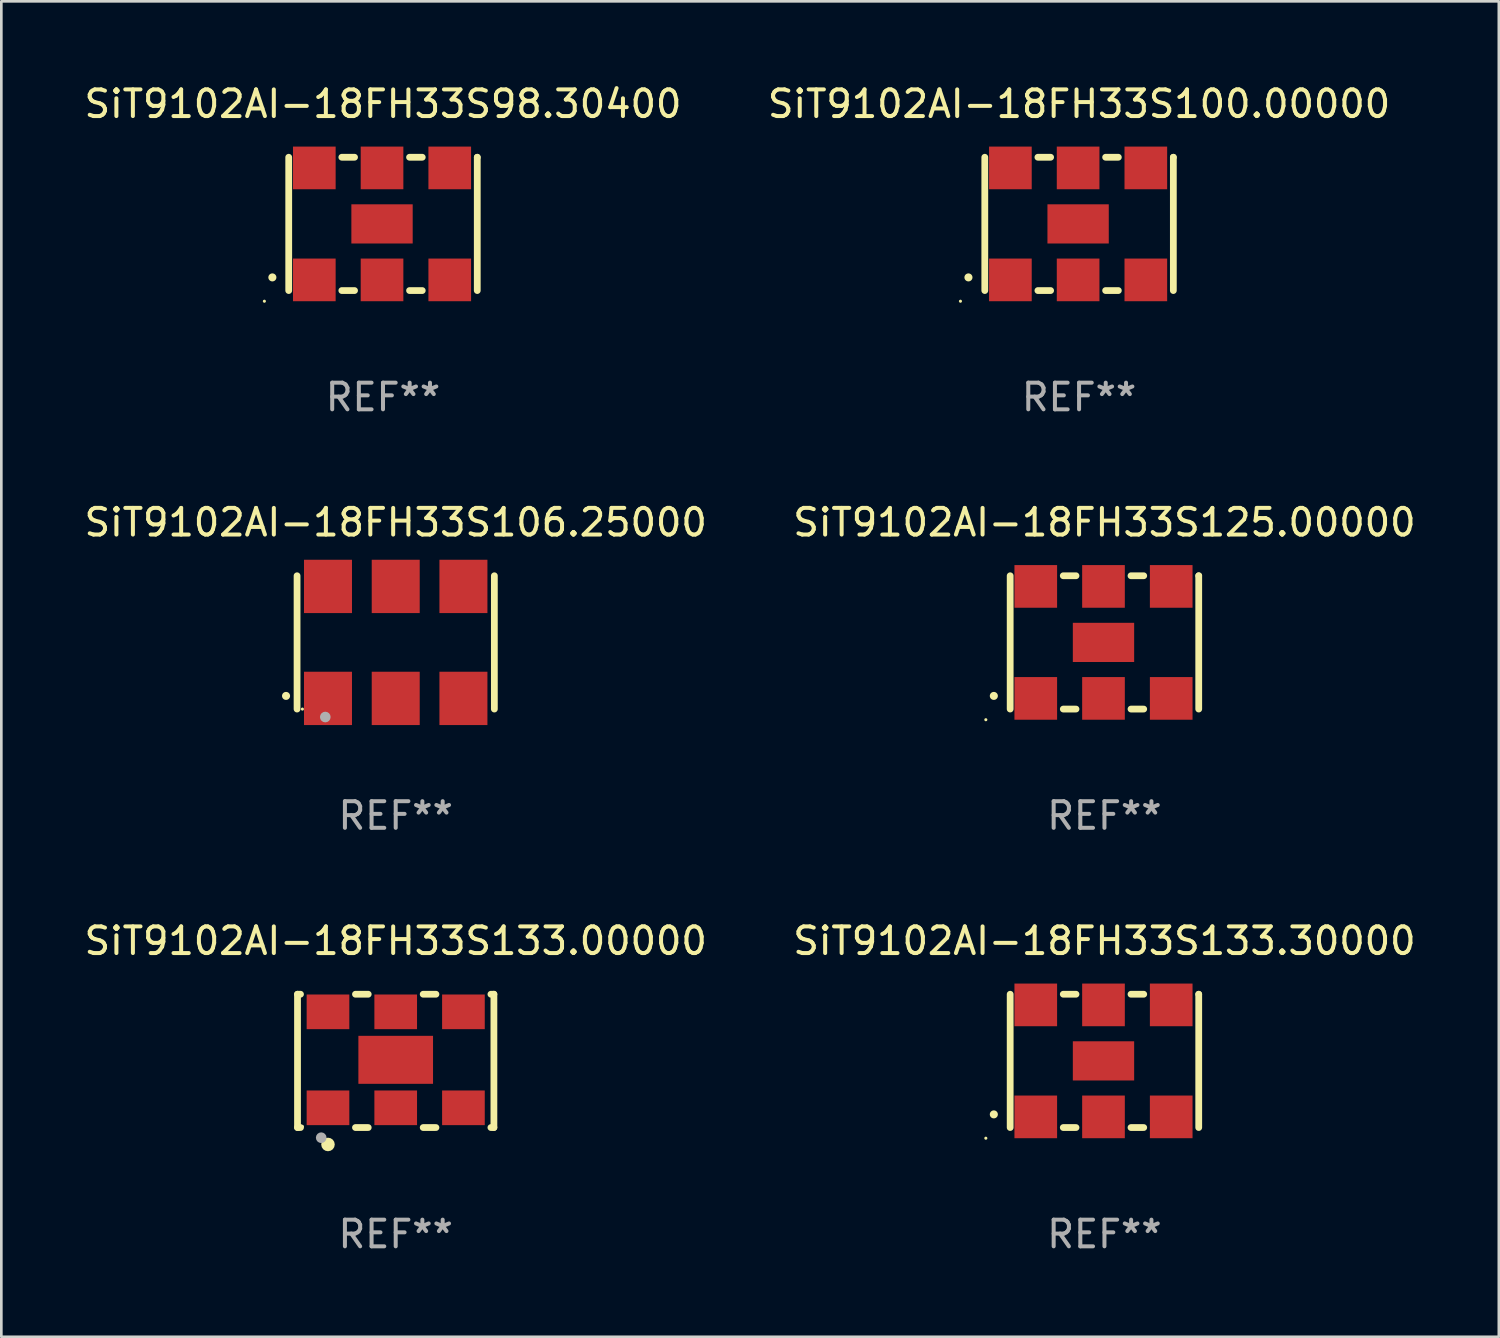
<source format=kicad_pcb>
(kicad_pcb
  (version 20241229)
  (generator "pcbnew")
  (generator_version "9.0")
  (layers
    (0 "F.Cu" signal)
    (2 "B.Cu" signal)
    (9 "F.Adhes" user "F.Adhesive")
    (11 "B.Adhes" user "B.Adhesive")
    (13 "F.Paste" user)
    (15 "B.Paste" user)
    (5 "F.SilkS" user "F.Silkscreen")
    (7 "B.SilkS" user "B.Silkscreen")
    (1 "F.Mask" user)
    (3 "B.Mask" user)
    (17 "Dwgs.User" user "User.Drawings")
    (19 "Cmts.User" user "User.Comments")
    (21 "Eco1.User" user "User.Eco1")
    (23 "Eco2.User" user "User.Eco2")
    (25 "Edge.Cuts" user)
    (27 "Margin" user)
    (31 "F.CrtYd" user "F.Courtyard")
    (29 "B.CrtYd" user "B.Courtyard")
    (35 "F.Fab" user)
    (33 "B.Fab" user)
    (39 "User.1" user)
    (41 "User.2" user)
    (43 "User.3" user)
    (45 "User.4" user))
  (footprint "SiT9102AI-18FH33S133.00000"
    (layer "F.Cu")
    (at 11.792 36.741)
    (property "Reference" "SiT9102AI-18FH33S133.00000" (at 0 -4.5 0) (layer "F.SilkS") (effects (font (size 1 1) (thickness 0.15))))
    (attr through_hole)
    (fp_line (start -3.683 -2.5) (end -3.571 -2.5) (stroke (width 0.254) (type solid)) (layer "F.SilkS"))
    (fp_line (start -3.683 2.5) (end -3.683 -2.5) (stroke (width 0.254) (type solid)) (layer "F.SilkS"))
    (fp_line (start -3.683 2.5) (end -3.571 2.5) (stroke (width 0.254) (type solid)) (layer "F.SilkS"))
    (fp_line (start -1.509 -2.5) (end -1.031 -2.5) (stroke (width 0.254) (type solid)) (layer "F.SilkS"))
    (fp_line (start -1.509 2.5) (end -1.031 2.5) (stroke (width 0.254) (type solid)) (layer "F.SilkS"))
    (fp_line (start 1.031 -2.5) (end 1.509 -2.5) (stroke (width 0.254) (type solid)) (layer "F.SilkS"))
    (fp_line (start 1.031 2.5) (end 1.509 2.5) (stroke (width 0.254) (type solid)) (layer "F.SilkS"))
    (fp_line (start 3.571 -2.5) (end 3.683 -2.5) (stroke (width 0.254) (type solid)) (layer "F.SilkS"))
    (fp_line (start 3.571 2.5) (end 3.683 2.5) (stroke (width 0.254) (type solid)) (layer "F.SilkS"))
    (fp_line (start 3.683 2.5) (end 3.683 -2.5) (stroke (width 0.254) (type solid)) (layer "F.SilkS"))
    (fp_circle (center -3.5 2.46) (end -3.47 2.46) (stroke (width 0.06) (type solid)) (fill no) (layer "F.SilkS"))
    (fp_circle (center -2.54 3.135) (end -2.413 3.135) (stroke (width 0.254) (type solid)) (fill no) (layer "F.SilkS"))
    (fp_circle (center -2.794 2.881) (end -2.694 2.881) (stroke (width 0.2) (type solid)) (fill no) (layer "F.Fab"))
    (fp_text user "REF**" (at 0 6.5 0) (layer "F.Fab") (effects (font (size 1 1) (thickness 0.15))))
    (pad "1" smd rect (at -2.54 1.76) (size 1.6 1.3) (layers "F.Cu" "F.Mask" "F.Paste"))
    (pad "2" smd rect (at 0 1.76) (size 1.6 1.3) (layers "F.Cu" "F.Mask" "F.Paste"))
    (pad "3" smd rect (at 2.54 1.76) (size 1.6 1.3) (layers "F.Cu" "F.Mask" "F.Paste"))
    (pad "4" smd rect (at 2.54 -1.84) (size 1.6 1.3) (layers "F.Cu" "F.Mask" "F.Paste"))
    (pad "5" smd rect (at 0 -1.84) (size 1.6 1.3) (layers "F.Cu" "F.Mask" "F.Paste"))
    (pad "6" smd rect (at -2.54 -1.84) (size 1.6 1.3) (layers "F.Cu" "F.Mask" "F.Paste"))
    (pad "7" smd rect (at 0 -0.04) (size 2.8 1.8) (layers "F.Cu" "F.Mask" "F.Paste")))
  (footprint "SiT9102AI-18FH33S100.00000"
    (layer "F.Cu")
    (at 37.423 5.348)
    (property "Reference" "SiT9102AI-18FH33S100.00000" (at 0 -4.5 0) (layer "F.SilkS") (effects (font (size 1 1) (thickness 0.15))))
    (attr through_hole)
    (fp_line (start -3.536 -2.5) (end -3.536 2.5) (stroke (width 0.254) (type solid)) (layer "F.SilkS"))
    (fp_line (start -1.544 2.5) (end -1.067 2.5) (stroke (width 0.254) (type solid)) (layer "F.SilkS"))
    (fp_line (start -1.067 -2.5) (end -1.544 -2.5) (stroke (width 0.254) (type solid)) (layer "F.SilkS"))
    (fp_line (start 0.996 2.5) (end 1.473 2.5) (stroke (width 0.254) (type solid)) (layer "F.SilkS"))
    (fp_line (start 1.473 -2.5) (end 0.996 -2.5) (stroke (width 0.254) (type solid)) (layer "F.SilkS"))
    (fp_line (start 3.536 -2.5) (end 3.536 -2.5) (stroke (width 0.254) (type solid)) (layer "F.SilkS"))
    (fp_line (start 3.536 2.5) (end 3.536 -2.5) (stroke (width 0.254) (type solid)) (layer "F.SilkS"))
    (fp_arc (start -4.150432 2.006604) (mid -4.149162 2.006599) (end -4.147892 2.006604) (stroke (width 0.3) (type solid)) (layer "F.SilkS"))
    (fp_circle (center -4.449 2.9) (end -4.419 2.9) (stroke (width 0.06) (type solid)) (fill no) (layer "F.SilkS"))
    (fp_text user "REF**" (at 0 6.5 0) (layer "F.Fab") (effects (font (size 1 1) (thickness 0.15))))
    (pad "1" smd rect (at -2.576 2.1) (size 1.6 1.6) (layers "F.Cu" "F.Mask" "F.Paste"))
    (pad "2" smd rect (at -0.036 2.1) (size 1.6 1.6) (layers "F.Cu" "F.Mask" "F.Paste"))
    (pad "3" smd rect (at 2.504 2.1) (size 1.6 1.6) (layers "F.Cu" "F.Mask" "F.Paste"))
    (pad "4" smd rect (at 2.504 -2.1) (size 1.6 1.6) (layers "F.Cu" "F.Mask" "F.Paste"))
    (pad "5" smd rect (at -0.036 -2.1) (size 1.6 1.6) (layers "F.Cu" "F.Mask" "F.Paste"))
    (pad "6" smd rect (at -2.576 -2.1) (size 1.6 1.6) (layers "F.Cu" "F.Mask" "F.Paste"))
    (pad "7" smd rect (at -0.036 0) (size 2.3 1.47) (layers "F.Cu" "F.Mask" "F.Paste")))
  (footprint "SiT9102AI-18FH33S106.25000"
    (layer "F.Cu")
    (at 11.792 21.045)
    (property "Reference" "SiT9102AI-18FH33S106.25000" (at 0 -4.5 0) (layer "F.SilkS") (effects (font (size 1 1) (thickness 0.15))))
    (attr through_hole)
    (fp_line (start -3.7 -2.5) (end -3.7 2.5) (stroke (width 0.254) (type solid)) (layer "F.SilkS"))
    (fp_line (start 3.7 -2.5) (end 3.7 2.5) (stroke (width 0.254) (type solid)) (layer "F.SilkS"))
    (fp_arc (start -4.114415 2.006604) (mid -4.113145 2.006599) (end -4.111875 2.006604) (stroke (width 0.3) (type solid)) (layer "F.SilkS"))
    (fp_circle (center -3.5 2.501) (end -3.47 2.501) (stroke (width 0.06) (type solid)) (fill no) (layer "F.SilkS"))
    (fp_circle (center -2.641 2.799) (end -2.541 2.799) (stroke (width 0.2) (type solid)) (fill no) (layer "F.Fab"))
    (fp_text user "REF**" (at 0 6.5 0) (layer "F.Fab") (effects (font (size 1 1) (thickness 0.15))))
    (pad "1" smd rect (at -2.54 2.1) (size 1.8 2) (layers "F.Cu" "F.Mask" "F.Paste"))
    (pad "2" smd rect (at 0.000394 2.1) (size 1.8 2) (layers "F.Cu" "F.Mask" "F.Paste"))
    (pad "3" smd rect (at 2.54 2.1) (size 1.8 2) (layers "F.Cu" "F.Mask" "F.Paste"))
    (pad "4" smd rect (at 2.54 -2.1) (size 1.8 2) (layers "F.Cu" "F.Mask" "F.Paste"))
    (pad "5" smd rect (at 0.000394 -2.1) (size 1.8 2) (layers "F.Cu" "F.Mask" "F.Paste"))
    (pad "6" smd rect (at -2.54 -2.1) (size 1.8 2) (layers "F.Cu" "F.Mask" "F.Paste")))
  (footprint "SiT9102AI-18FH33S125.00000"
    (layer "F.Cu")
    (at 38.375 21.045)
    (property "Reference" "SiT9102AI-18FH33S125.00000" (at 0 -4.5 0) (layer "F.SilkS") (effects (font (size 1 1) (thickness 0.15))))
    (attr through_hole)
    (fp_line (start -3.536 -2.5) (end -3.536 2.5) (stroke (width 0.254) (type solid)) (layer "F.SilkS"))
    (fp_line (start -1.544 2.5) (end -1.067 2.5) (stroke (width 0.254) (type solid)) (layer "F.SilkS"))
    (fp_line (start -1.067 -2.5) (end -1.544 -2.5) (stroke (width 0.254) (type solid)) (layer "F.SilkS"))
    (fp_line (start 0.996 2.5) (end 1.473 2.5) (stroke (width 0.254) (type solid)) (layer "F.SilkS"))
    (fp_line (start 1.473 -2.5) (end 0.996 -2.5) (stroke (width 0.254) (type solid)) (layer "F.SilkS"))
    (fp_line (start 3.536 -2.5) (end 3.536 -2.5) (stroke (width 0.254) (type solid)) (layer "F.SilkS"))
    (fp_line (start 3.536 2.5) (end 3.536 -2.5) (stroke (width 0.254) (type solid)) (layer "F.SilkS"))
    (fp_arc (start -4.150432 2.006604) (mid -4.149162 2.006599) (end -4.147892 2.006604) (stroke (width 0.3) (type solid)) (layer "F.SilkS"))
    (fp_circle (center -4.449 2.9) (end -4.419 2.9) (stroke (width 0.06) (type solid)) (fill no) (layer "F.SilkS"))
    (fp_text user "REF**" (at 0 6.5 0) (layer "F.Fab") (effects (font (size 1 1) (thickness 0.15))))
    (pad "1" smd rect (at -2.576 2.1) (size 1.6 1.6) (layers "F.Cu" "F.Mask" "F.Paste"))
    (pad "2" smd rect (at -0.036 2.1) (size 1.6 1.6) (layers "F.Cu" "F.Mask" "F.Paste"))
    (pad "3" smd rect (at 2.504 2.1) (size 1.6 1.6) (layers "F.Cu" "F.Mask" "F.Paste"))
    (pad "4" smd rect (at 2.504 -2.1) (size 1.6 1.6) (layers "F.Cu" "F.Mask" "F.Paste"))
    (pad "5" smd rect (at -0.036 -2.1) (size 1.6 1.6) (layers "F.Cu" "F.Mask" "F.Paste"))
    (pad "6" smd rect (at -2.576 -2.1) (size 1.6 1.6) (layers "F.Cu" "F.Mask" "F.Paste"))
    (pad "7" smd rect (at -0.036 0) (size 2.3 1.47) (layers "F.Cu" "F.Mask" "F.Paste")))
  (footprint "SiT9102AI-18FH33S98.30400"
    (layer "F.Cu")
    (at 11.315 5.348)
    (property "Reference" "SiT9102AI-18FH33S98.30400" (at 0 -4.5 0) (layer "F.SilkS") (effects (font (size 1 1) (thickness 0.15))))
    (attr through_hole)
    (fp_line (start -3.536 -2.5) (end -3.536 2.5) (stroke (width 0.254) (type solid)) (layer "F.SilkS"))
    (fp_line (start -1.544 2.5) (end -1.067 2.5) (stroke (width 0.254) (type solid)) (layer "F.SilkS"))
    (fp_line (start -1.067 -2.5) (end -1.544 -2.5) (stroke (width 0.254) (type solid)) (layer "F.SilkS"))
    (fp_line (start 0.996 2.5) (end 1.473 2.5) (stroke (width 0.254) (type solid)) (layer "F.SilkS"))
    (fp_line (start 1.473 -2.5) (end 0.996 -2.5) (stroke (width 0.254) (type solid)) (layer "F.SilkS"))
    (fp_line (start 3.536 -2.5) (end 3.536 -2.5) (stroke (width 0.254) (type solid)) (layer "F.SilkS"))
    (fp_line (start 3.536 2.5) (end 3.536 -2.5) (stroke (width 0.254) (type solid)) (layer "F.SilkS"))
    (fp_arc (start -4.150432 2.006604) (mid -4.149162 2.006599) (end -4.147892 2.006604) (stroke (width 0.3) (type solid)) (layer "F.SilkS"))
    (fp_circle (center -4.449 2.9) (end -4.419 2.9) (stroke (width 0.06) (type solid)) (fill no) (layer "F.SilkS"))
    (fp_text user "REF**" (at 0 6.5 0) (layer "F.Fab") (effects (font (size 1 1) (thickness 0.15))))
    (pad "1" smd rect (at -2.576 2.1) (size 1.6 1.6) (layers "F.Cu" "F.Mask" "F.Paste"))
    (pad "2" smd rect (at -0.036 2.1) (size 1.6 1.6) (layers "F.Cu" "F.Mask" "F.Paste"))
    (pad "3" smd rect (at 2.504 2.1) (size 1.6 1.6) (layers "F.Cu" "F.Mask" "F.Paste"))
    (pad "4" smd rect (at 2.504 -2.1) (size 1.6 1.6) (layers "F.Cu" "F.Mask" "F.Paste"))
    (pad "5" smd rect (at -0.036 -2.1) (size 1.6 1.6) (layers "F.Cu" "F.Mask" "F.Paste"))
    (pad "6" smd rect (at -2.576 -2.1) (size 1.6 1.6) (layers "F.Cu" "F.Mask" "F.Paste"))
    (pad "7" smd rect (at -0.036 0) (size 2.3 1.47) (layers "F.Cu" "F.Mask" "F.Paste")))
  (footprint "SiT9102AI-18FH33S133.30000"
    (layer "F.Cu")
    (at 38.375 36.741)
    (property "Reference" "SiT9102AI-18FH33S133.30000" (at 0 -4.5 0) (layer "F.SilkS") (effects (font (size 1 1) (thickness 0.15))))
    (attr through_hole)
    (fp_line (start -3.536 -2.5) (end -3.536 2.5) (stroke (width 0.254) (type solid)) (layer "F.SilkS"))
    (fp_line (start -1.544 2.5) (end -1.067 2.5) (stroke (width 0.254) (type solid)) (layer "F.SilkS"))
    (fp_line (start -1.067 -2.5) (end -1.544 -2.5) (stroke (width 0.254) (type solid)) (layer "F.SilkS"))
    (fp_line (start 0.996 2.5) (end 1.473 2.5) (stroke (width 0.254) (type solid)) (layer "F.SilkS"))
    (fp_line (start 1.473 -2.5) (end 0.996 -2.5) (stroke (width 0.254) (type solid)) (layer "F.SilkS"))
    (fp_line (start 3.536 -2.5) (end 3.536 -2.5) (stroke (width 0.254) (type solid)) (layer "F.SilkS"))
    (fp_line (start 3.536 2.5) (end 3.536 -2.5) (stroke (width 0.254) (type solid)) (layer "F.SilkS"))
    (fp_arc (start -4.150432 2.006604) (mid -4.149162 2.006599) (end -4.147892 2.006604) (stroke (width 0.3) (type solid)) (layer "F.SilkS"))
    (fp_circle (center -4.449 2.9) (end -4.419 2.9) (stroke (width 0.06) (type solid)) (fill no) (layer "F.SilkS"))
    (fp_text user "REF**" (at 0 6.5 0) (layer "F.Fab") (effects (font (size 1 1) (thickness 0.15))))
    (pad "1" smd rect (at -2.576 2.1) (size 1.6 1.6) (layers "F.Cu" "F.Mask" "F.Paste"))
    (pad "2" smd rect (at -0.036 2.1) (size 1.6 1.6) (layers "F.Cu" "F.Mask" "F.Paste"))
    (pad "3" smd rect (at 2.504 2.1) (size 1.6 1.6) (layers "F.Cu" "F.Mask" "F.Paste"))
    (pad "4" smd rect (at 2.504 -2.1) (size 1.6 1.6) (layers "F.Cu" "F.Mask" "F.Paste"))
    (pad "5" smd rect (at -0.036 -2.1) (size 1.6 1.6) (layers "F.Cu" "F.Mask" "F.Paste"))
    (pad "6" smd rect (at -2.576 -2.1) (size 1.6 1.6) (layers "F.Cu" "F.Mask" "F.Paste"))
    (pad "7" smd rect (at -0.036 0) (size 2.3 1.47) (layers "F.Cu" "F.Mask" "F.Paste")))
  (gr_rect
    (start -3 -3)
    (end 53.167 47.09)
    (stroke (width 0.1) (type default))
    (fill no)
    (layer "Edge.Cuts")))
</source>
